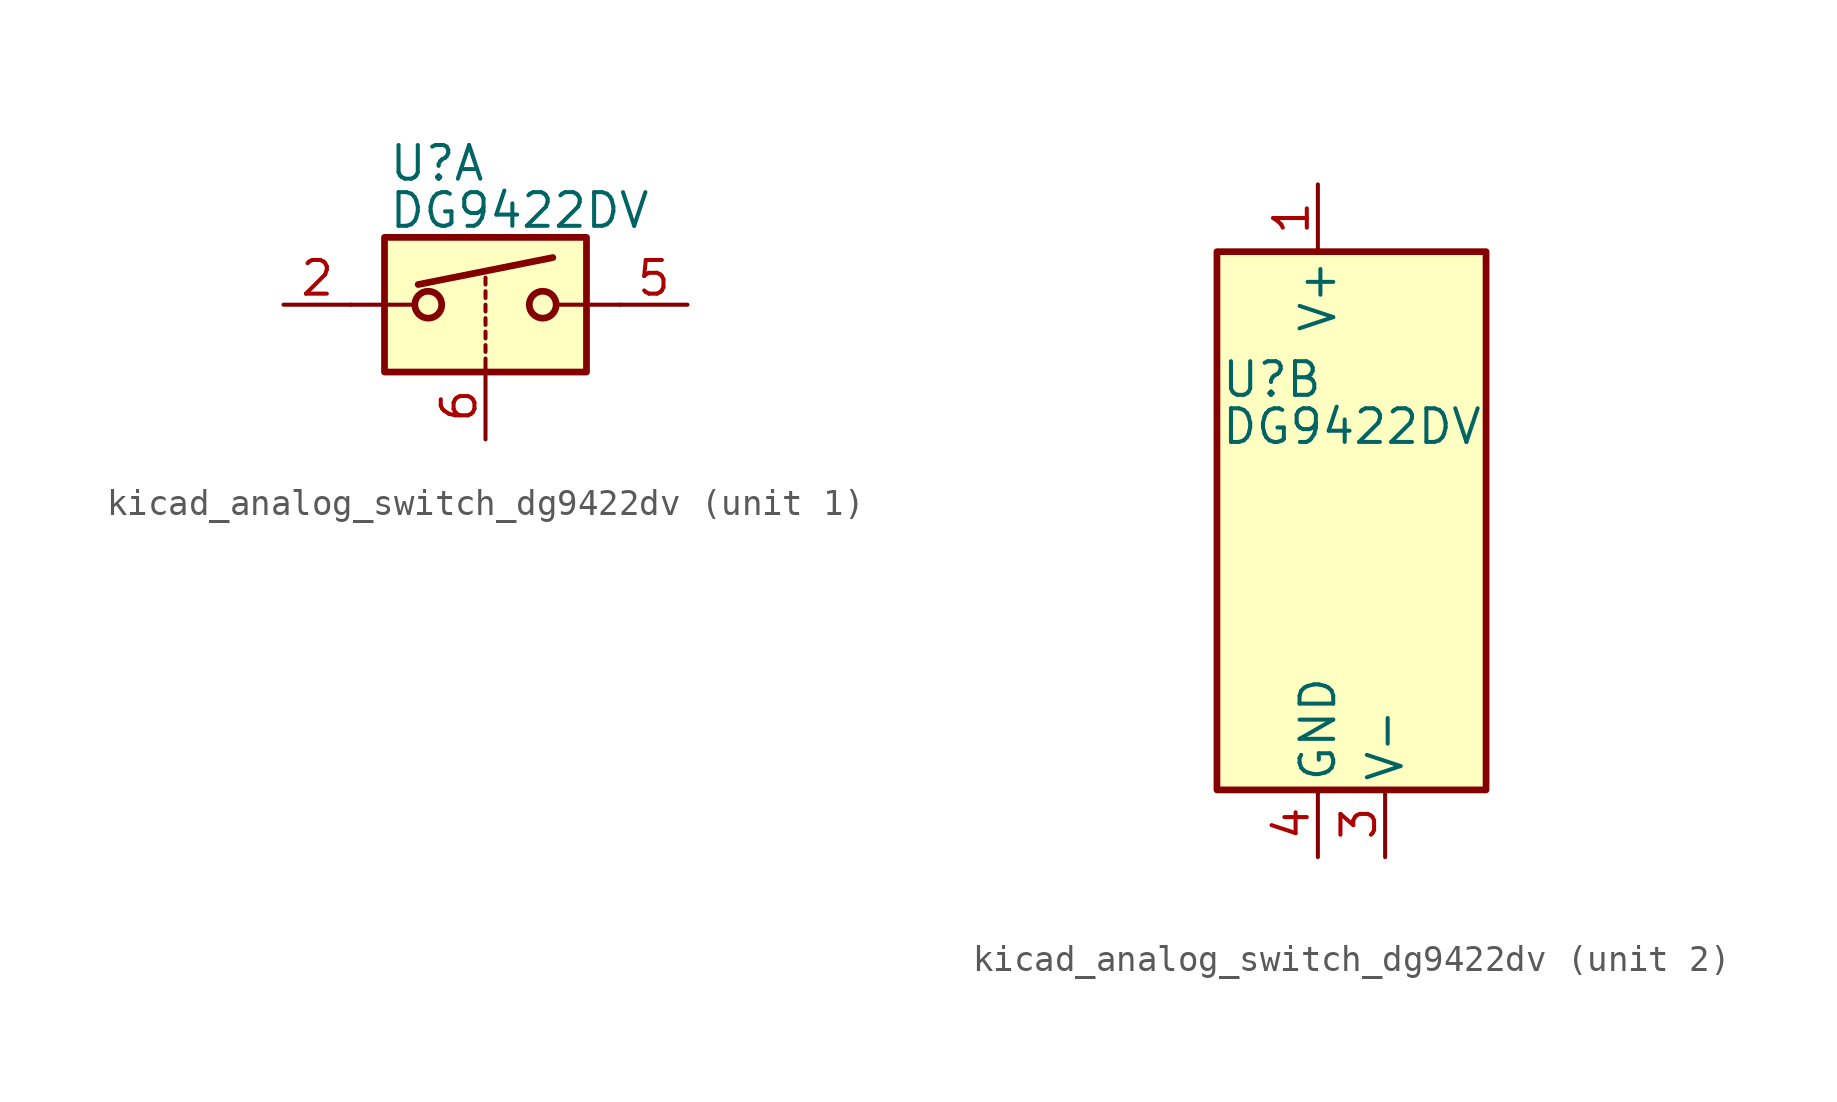
<source format=kicad_sym>
(kicad_symbol_lib
  (version 20220914)
  (generator kicad_symbol_editor)
  (symbol "kicad_analog_switch_dg9422dv"
    (pin_names
      (offset 0.254))
    (property "Reference" "U"
      (at -3.683 5.334 0)
      (effects (font (size 1.27 1.27)) (justify left)))
    (property "Value" "DG9422DV"
      (at -3.683 3.556 0)
      (effects (font (size 1.27 1.27)) (justify left)))
    (symbol "kicad_analog_switch_dg9422dv_1_1"
      (rectangle (start -3.81 2.54) (end 3.81 -2.54) (stroke (width 0.254) (type default)) (fill (type background)))
      (circle (center -2.159 0) (radius 0.508) (stroke (width 0.254) (type default)) (fill (type none)))
      (polyline (pts (xy -5.08 0) (xy -2.794 0)) (stroke (width 0) (type default)) (fill (type none)))
      (polyline (pts (xy -2.54 0.762) (xy 2.54 1.778)) (stroke (width 0.254) (type default)) (fill (type none)))
      (polyline (pts (xy 0 -2.54) (xy 0 -2.032)) (stroke (width 0) (type default)) (fill (type none)))
      (polyline (pts (xy 0 -1.778) (xy 0 -1.524)) (stroke (width 0) (type default)) (fill (type none)))
      (polyline (pts (xy 0 -1.27) (xy 0 -1.016)) (stroke (width 0) (type default)) (fill (type none)))
      (polyline (pts (xy 0 -0.762) (xy 0 -0.508)) (stroke (width 0) (type default)) (fill (type none)))
      (polyline (pts (xy 0 -0.254) (xy 0 0)) (stroke (width 0) (type default)) (fill (type none)))
      (polyline (pts (xy 0 0.254) (xy 0 0.508)) (stroke (width 0) (type default)) (fill (type none)))
      (polyline (pts (xy 0 0.762) (xy 0 1.016)) (stroke (width 0) (type default)) (fill (type none)))
      (polyline (pts (xy 5.08 0) (xy 2.794 0)) (stroke (width 0) (type default)) (fill (type none)))
      (circle (center 2.159 0) (radius 0.508) (stroke (width 0.254) (type default)) (fill (type none)))
      (pin passive line (at -7.62 0 0) (length 2.54) (name "~" (effects (font (size 1.27 1.27)))) (number "2" (effects (font (size 1.27 1.27)))))
      (pin passive line (at 7.62 0 180) (length 2.54) (name "~" (effects (font (size 1.27 1.27)))) (number "5" (effects (font (size 1.27 1.27)))))
      (pin input line (at 0 -5.08 90) (length 2.54) (name "~" (effects (font (size 1.27 1.27)))) (number "6" (effects (font (size 1.27 1.27))))))
    (symbol "kicad_analog_switch_dg9422dv_2_0"
      (pin power_in line (at 0 12.7 270) (length 2.54) (name "V+" (effects (font (size 1.27 1.27)))) (number "1" (effects (font (size 1.27 1.27)))))
      (pin power_in line (at 2.54 -12.7 90) (length 2.54) (name "V-" (effects (font (size 1.27 1.27)))) (number "3" (effects (font (size 1.27 1.27)))))
      (pin power_in line (at 0 -12.7 90) (length 2.54) (name "GND" (effects (font (size 1.27 1.27)))) (number "4" (effects (font (size 1.27 1.27))))))
    (symbol "kicad_analog_switch_dg9422dv_2_1"
      (rectangle (start -3.81 10.16) (end 6.35 -10.16) (stroke (width 0.254) (type default)) (fill (type background))))))
</source>
